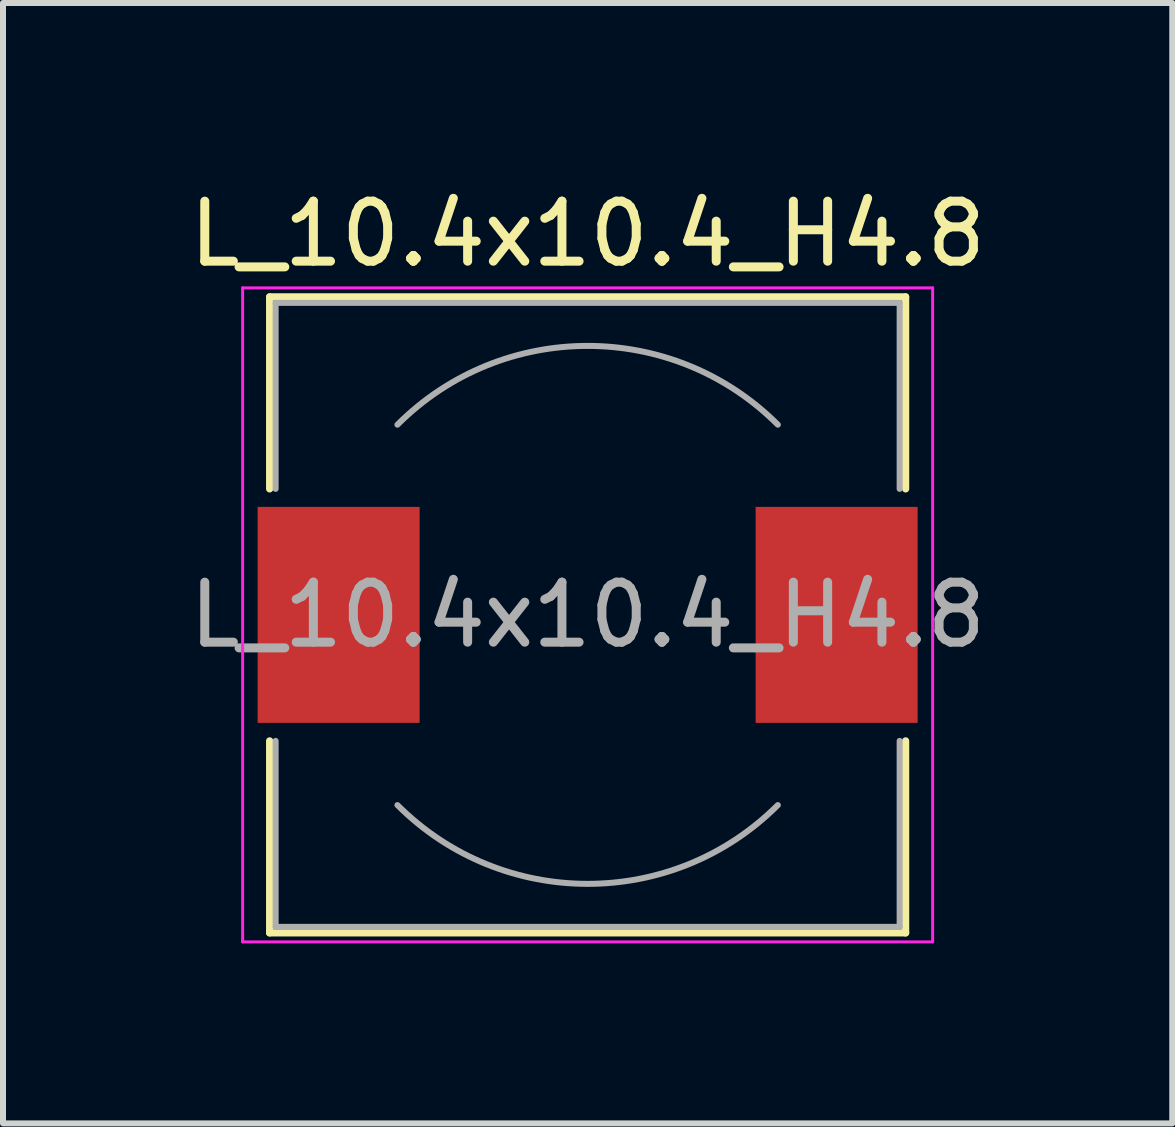
<source format=kicad_pcb>
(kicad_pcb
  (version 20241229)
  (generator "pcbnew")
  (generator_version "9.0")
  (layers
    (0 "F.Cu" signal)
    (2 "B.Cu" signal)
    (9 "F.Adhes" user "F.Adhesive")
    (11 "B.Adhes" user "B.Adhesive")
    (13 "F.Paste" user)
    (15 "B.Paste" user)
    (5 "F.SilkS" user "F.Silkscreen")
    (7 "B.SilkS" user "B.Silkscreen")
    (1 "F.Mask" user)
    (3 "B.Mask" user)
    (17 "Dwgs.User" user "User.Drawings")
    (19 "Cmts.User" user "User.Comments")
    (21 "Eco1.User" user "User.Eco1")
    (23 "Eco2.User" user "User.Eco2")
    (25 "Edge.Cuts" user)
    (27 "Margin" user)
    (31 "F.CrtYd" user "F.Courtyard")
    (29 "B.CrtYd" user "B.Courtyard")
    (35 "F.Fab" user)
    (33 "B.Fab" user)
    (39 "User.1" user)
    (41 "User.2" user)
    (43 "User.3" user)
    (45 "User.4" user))
  (footprint "L_10.4x10.4_H4.8"
    (layer "F.Cu")
    (at 6.744 7.198)
    (property "Reference" "L_10.4x10.4_H4.8" (at 0 -6.35 0) (layer "F.SilkS") (effects (font (size 1 1) (thickness 0.15))))
    (attr smd)
    (fp_line (start -5.3 -5.3) (end 5.3 -5.3) (stroke (width 0.12) (type solid)) (layer "F.SilkS"))
    (fp_line (start -5.3 -2.1) (end -5.3 -5.3) (stroke (width 0.12) (type solid)) (layer "F.SilkS"))
    (fp_line (start -5.3 5.3) (end -5.3 2.1) (stroke (width 0.12) (type solid)) (layer "F.SilkS"))
    (fp_line (start 5.3 -5.3) (end 5.3 -2.1) (stroke (width 0.12) (type solid)) (layer "F.SilkS"))
    (fp_line (start 5.3 2.1) (end 5.3 5.3) (stroke (width 0.12) (type solid)) (layer "F.SilkS"))
    (fp_line (start 5.3 5.3) (end -5.3 5.3) (stroke (width 0.12) (type solid)) (layer "F.SilkS"))
    (fp_line (start -5.75 -5.45) (end -5.75 5.45) (stroke (width 0.05) (type solid)) (layer "F.CrtYd"))
    (fp_line (start -5.75 5.45) (end 5.75 5.45) (stroke (width 0.05) (type solid)) (layer "F.CrtYd"))
    (fp_line (start 5.75 -5.45) (end -5.75 -5.45) (stroke (width 0.05) (type solid)) (layer "F.CrtYd"))
    (fp_line (start 5.75 5.45) (end 5.75 -5.45) (stroke (width 0.05) (type solid)) (layer "F.CrtYd"))
    (fp_line (start -5.2 -5.2) (end -5.2 -2.1) (stroke (width 0.1) (type solid)) (layer "F.Fab"))
    (fp_line (start -5.2 -5.2) (end 5.2 -5.2) (stroke (width 0.1) (type solid)) (layer "F.Fab"))
    (fp_line (start -5.2 5.2) (end -5.2 2.1) (stroke (width 0.1) (type solid)) (layer "F.Fab"))
    (fp_line (start -5.2 5.2) (end 5.2 5.2) (stroke (width 0.1) (type solid)) (layer "F.Fab"))
    (fp_line (start 5.2 -5.2) (end 5.2 -2.1) (stroke (width 0.1) (type solid)) (layer "F.Fab"))
    (fp_line (start 5.2 5.2) (end 5.2 2.1) (stroke (width 0.1) (type solid)) (layer "F.Fab"))
    (fp_arc (start -3.17 -3.17) (mid 0 -4.483057) (end 3.17 -3.17) (stroke (width 0.1) (type solid)) (layer "F.Fab"))
    (fp_arc (start 3.17 3.17) (mid 0 4.483057) (end -3.17 3.17) (stroke (width 0.1) (type solid)) (layer "F.Fab"))
    (fp_text user "${REFERENCE}" (at 0 0 0) (layer "F.Fab") (effects (font (size 1 1) (thickness 0.15))))
    (pad "1" smd rect (at -4.15 0) (size 2.7 3.6) (layers "F.Cu" "F.Mask" "F.Paste"))
    (pad "2" smd rect (at 4.15 0) (size 2.7 3.6) (layers "F.Cu" "F.Mask" "F.Paste")))
  (gr_rect
    (start -3 -3)
    (end 16.488 15.673)
    (stroke (width 0.1) (type default))
    (fill no)
    (layer "Edge.Cuts")))
</source>
